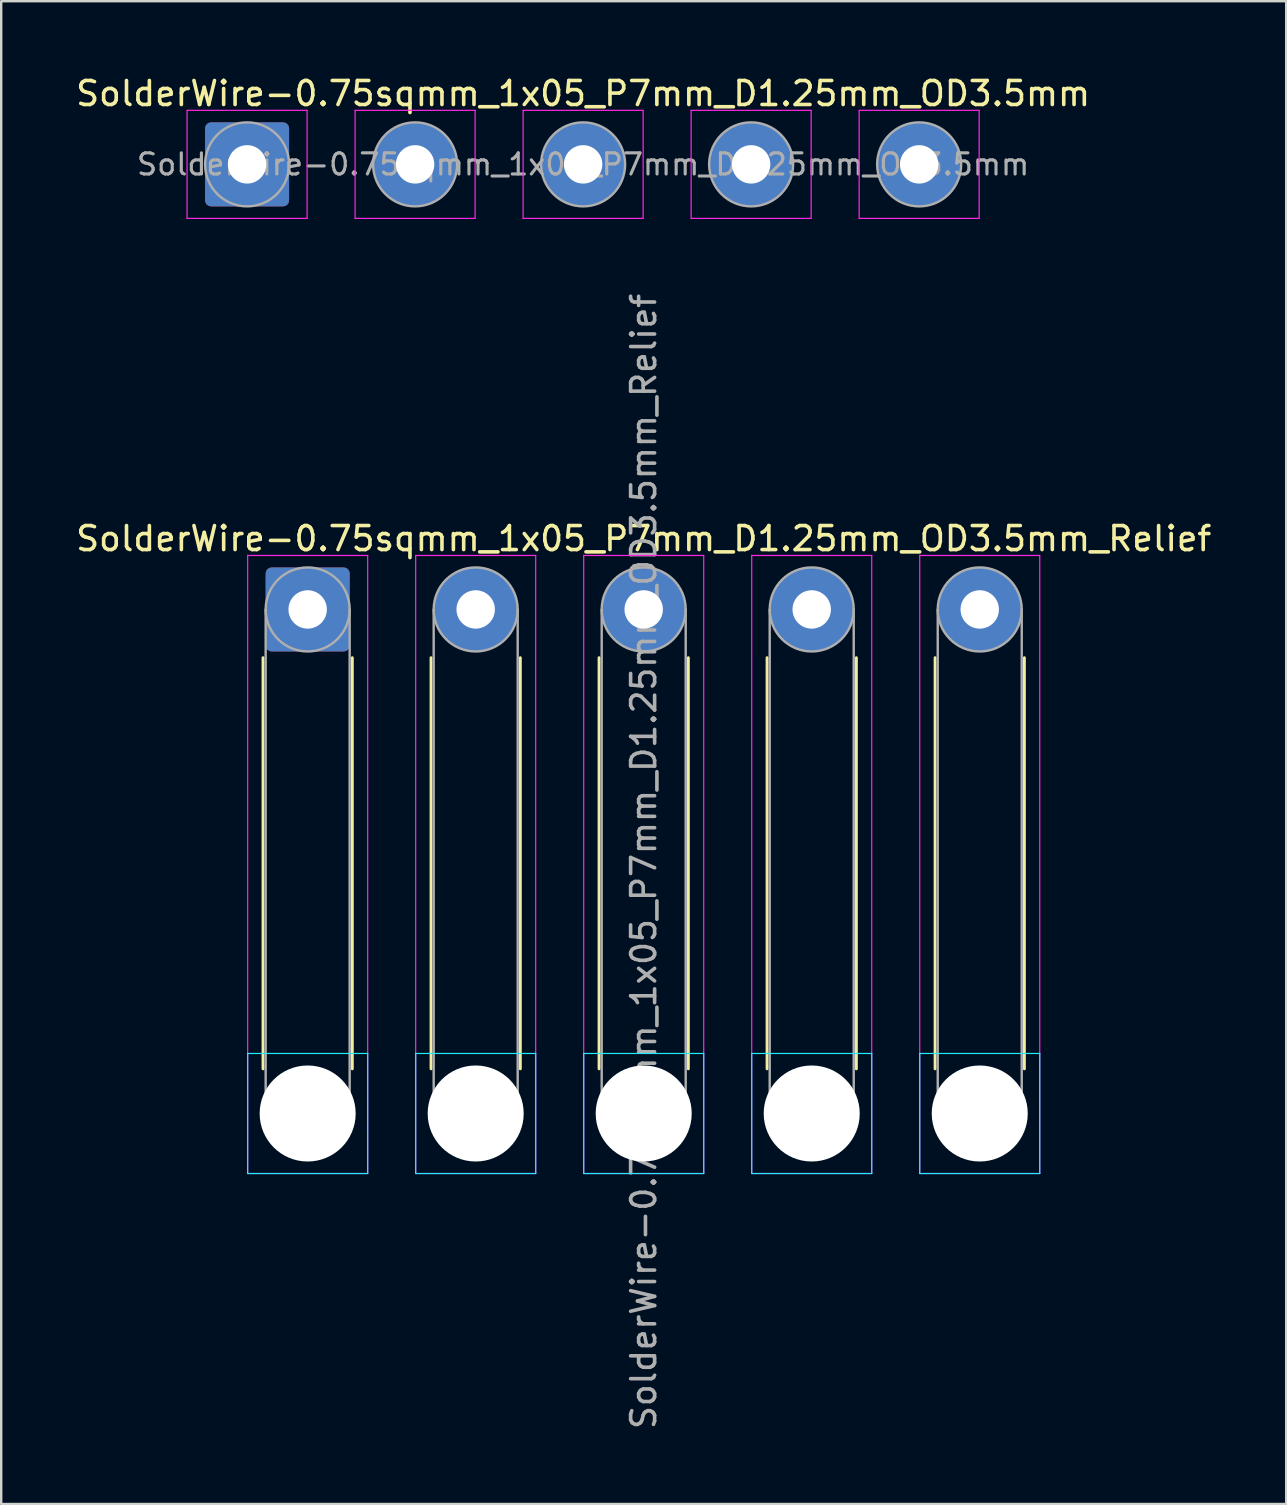
<source format=kicad_pcb>
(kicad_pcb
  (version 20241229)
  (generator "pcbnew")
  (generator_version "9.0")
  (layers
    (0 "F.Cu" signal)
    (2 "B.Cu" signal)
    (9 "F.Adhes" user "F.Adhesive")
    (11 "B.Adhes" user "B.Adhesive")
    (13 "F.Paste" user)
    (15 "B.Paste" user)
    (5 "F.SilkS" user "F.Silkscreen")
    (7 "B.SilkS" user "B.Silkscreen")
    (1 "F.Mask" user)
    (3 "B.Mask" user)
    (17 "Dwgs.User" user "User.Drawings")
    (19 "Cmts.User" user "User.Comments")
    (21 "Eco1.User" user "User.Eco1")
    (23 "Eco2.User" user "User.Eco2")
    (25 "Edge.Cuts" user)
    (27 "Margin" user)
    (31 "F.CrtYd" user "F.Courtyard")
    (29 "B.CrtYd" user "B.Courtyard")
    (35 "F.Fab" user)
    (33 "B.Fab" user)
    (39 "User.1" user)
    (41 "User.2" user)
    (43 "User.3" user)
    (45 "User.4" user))
  (footprint "SolderWire-0.75sqmm_1x05_P7mm_D1.25mm_OD3.5mm_Relief"
    (layer "F.Cu")
    (at 9.768 22.341)
    (property "Reference" "SolderWire-0.75sqmm_1x05_P7mm_D1.25mm_OD3.5mm_Relief" (at 14 -2.95 0) (layer "F.SilkS") (effects (font (size 1 1) (thickness 0.15))))
    (attr exclude_from_pos_files exclude_from_bom)
    (fp_line (start -1.86 2.01) (end -1.86 19.14) (stroke (width 0.12) (type solid)) (layer "F.SilkS"))
    (fp_line (start 1.86 2.01) (end 1.86 19.14) (stroke (width 0.12) (type solid)) (layer "F.SilkS"))
    (fp_line (start 5.14 2.01) (end 5.14 19.14) (stroke (width 0.12) (type solid)) (layer "F.SilkS"))
    (fp_line (start 8.86 2.01) (end 8.86 19.14) (stroke (width 0.12) (type solid)) (layer "F.SilkS"))
    (fp_line (start 12.14 2.01) (end 12.14 19.14) (stroke (width 0.12) (type solid)) (layer "F.SilkS"))
    (fp_line (start 15.86 2.01) (end 15.86 19.14) (stroke (width 0.12) (type solid)) (layer "F.SilkS"))
    (fp_line (start 19.14 2.01) (end 19.14 19.14) (stroke (width 0.12) (type solid)) (layer "F.SilkS"))
    (fp_line (start 22.86 2.01) (end 22.86 19.14) (stroke (width 0.12) (type solid)) (layer "F.SilkS"))
    (fp_line (start 26.14 2.01) (end 26.14 19.14) (stroke (width 0.12) (type solid)) (layer "F.SilkS"))
    (fp_line (start 29.86 2.01) (end 29.86 19.14) (stroke (width 0.12) (type solid)) (layer "F.SilkS"))
    (fp_line (start -2.5 18.5) (end -2.5 23.5) (stroke (width 0.05) (type solid)) (layer "B.CrtYd"))
    (fp_line (start -2.5 23.5) (end 2.5 23.5) (stroke (width 0.05) (type solid)) (layer "B.CrtYd"))
    (fp_line (start 2.5 18.5) (end -2.5 18.5) (stroke (width 0.05) (type solid)) (layer "B.CrtYd"))
    (fp_line (start 2.5 23.5) (end 2.5 18.5) (stroke (width 0.05) (type solid)) (layer "B.CrtYd"))
    (fp_line (start 4.5 18.5) (end 4.5 23.5) (stroke (width 0.05) (type solid)) (layer "B.CrtYd"))
    (fp_line (start 4.5 23.5) (end 9.5 23.5) (stroke (width 0.05) (type solid)) (layer "B.CrtYd"))
    (fp_line (start 9.5 18.5) (end 4.5 18.5) (stroke (width 0.05) (type solid)) (layer "B.CrtYd"))
    (fp_line (start 9.5 23.5) (end 9.5 18.5) (stroke (width 0.05) (type solid)) (layer "B.CrtYd"))
    (fp_line (start 11.5 18.5) (end 11.5 23.5) (stroke (width 0.05) (type solid)) (layer "B.CrtYd"))
    (fp_line (start 11.5 23.5) (end 16.5 23.5) (stroke (width 0.05) (type solid)) (layer "B.CrtYd"))
    (fp_line (start 16.5 18.5) (end 11.5 18.5) (stroke (width 0.05) (type solid)) (layer "B.CrtYd"))
    (fp_line (start 16.5 23.5) (end 16.5 18.5) (stroke (width 0.05) (type solid)) (layer "B.CrtYd"))
    (fp_line (start 18.5 18.5) (end 18.5 23.5) (stroke (width 0.05) (type solid)) (layer "B.CrtYd"))
    (fp_line (start 18.5 23.5) (end 23.5 23.5) (stroke (width 0.05) (type solid)) (layer "B.CrtYd"))
    (fp_line (start 23.5 18.5) (end 18.5 18.5) (stroke (width 0.05) (type solid)) (layer "B.CrtYd"))
    (fp_line (start 23.5 23.5) (end 23.5 18.5) (stroke (width 0.05) (type solid)) (layer "B.CrtYd"))
    (fp_line (start 25.5 18.5) (end 25.5 23.5) (stroke (width 0.05) (type solid)) (layer "B.CrtYd"))
    (fp_line (start 25.5 23.5) (end 30.5 23.5) (stroke (width 0.05) (type solid)) (layer "B.CrtYd"))
    (fp_line (start 30.5 18.5) (end 25.5 18.5) (stroke (width 0.05) (type solid)) (layer "B.CrtYd"))
    (fp_line (start 30.5 23.5) (end 30.5 18.5) (stroke (width 0.05) (type solid)) (layer "B.CrtYd"))
    (fp_line (start -2.5 -2.25) (end -2.5 23.5) (stroke (width 0.05) (type solid)) (layer "F.CrtYd"))
    (fp_line (start -2.5 23.5) (end 2.5 23.5) (stroke (width 0.05) (type solid)) (layer "F.CrtYd"))
    (fp_line (start 2.5 -2.25) (end -2.5 -2.25) (stroke (width 0.05) (type solid)) (layer "F.CrtYd"))
    (fp_line (start 2.5 23.5) (end 2.5 -2.25) (stroke (width 0.05) (type solid)) (layer "F.CrtYd"))
    (fp_line (start 4.5 -2.25) (end 4.5 23.5) (stroke (width 0.05) (type solid)) (layer "F.CrtYd"))
    (fp_line (start 4.5 23.5) (end 9.5 23.5) (stroke (width 0.05) (type solid)) (layer "F.CrtYd"))
    (fp_line (start 9.5 -2.25) (end 4.5 -2.25) (stroke (width 0.05) (type solid)) (layer "F.CrtYd"))
    (fp_line (start 9.5 23.5) (end 9.5 -2.25) (stroke (width 0.05) (type solid)) (layer "F.CrtYd"))
    (fp_line (start 11.5 -2.25) (end 11.5 23.5) (stroke (width 0.05) (type solid)) (layer "F.CrtYd"))
    (fp_line (start 11.5 23.5) (end 16.5 23.5) (stroke (width 0.05) (type solid)) (layer "F.CrtYd"))
    (fp_line (start 16.5 -2.25) (end 11.5 -2.25) (stroke (width 0.05) (type solid)) (layer "F.CrtYd"))
    (fp_line (start 16.5 23.5) (end 16.5 -2.25) (stroke (width 0.05) (type solid)) (layer "F.CrtYd"))
    (fp_line (start 18.5 -2.25) (end 18.5 23.5) (stroke (width 0.05) (type solid)) (layer "F.CrtYd"))
    (fp_line (start 18.5 23.5) (end 23.5 23.5) (stroke (width 0.05) (type solid)) (layer "F.CrtYd"))
    (fp_line (start 23.5 -2.25) (end 18.5 -2.25) (stroke (width 0.05) (type solid)) (layer "F.CrtYd"))
    (fp_line (start 23.5 23.5) (end 23.5 -2.25) (stroke (width 0.05) (type solid)) (layer "F.CrtYd"))
    (fp_line (start 25.5 -2.25) (end 25.5 23.5) (stroke (width 0.05) (type solid)) (layer "F.CrtYd"))
    (fp_line (start 25.5 23.5) (end 30.5 23.5) (stroke (width 0.05) (type solid)) (layer "F.CrtYd"))
    (fp_line (start 30.5 -2.25) (end 25.5 -2.25) (stroke (width 0.05) (type solid)) (layer "F.CrtYd"))
    (fp_line (start 30.5 23.5) (end 30.5 -2.25) (stroke (width 0.05) (type solid)) (layer "F.CrtYd"))
    (fp_line (start -1.75 0) (end -1.75 21) (stroke (width 0.1) (type solid)) (layer "F.Fab"))
    (fp_line (start 1.75 0) (end 1.75 21) (stroke (width 0.1) (type solid)) (layer "F.Fab"))
    (fp_line (start 5.25 0) (end 5.25 21) (stroke (width 0.1) (type solid)) (layer "F.Fab"))
    (fp_line (start 8.75 0) (end 8.75 21) (stroke (width 0.1) (type solid)) (layer "F.Fab"))
    (fp_line (start 12.25 0) (end 12.25 21) (stroke (width 0.1) (type solid)) (layer "F.Fab"))
    (fp_line (start 15.75 0) (end 15.75 21) (stroke (width 0.1) (type solid)) (layer "F.Fab"))
    (fp_line (start 19.25 0) (end 19.25 21) (stroke (width 0.1) (type solid)) (layer "F.Fab"))
    (fp_line (start 22.75 0) (end 22.75 21) (stroke (width 0.1) (type solid)) (layer "F.Fab"))
    (fp_line (start 26.25 0) (end 26.25 21) (stroke (width 0.1) (type solid)) (layer "F.Fab"))
    (fp_line (start 29.75 0) (end 29.75 21) (stroke (width 0.1) (type solid)) (layer "F.Fab"))
    (fp_circle (center 0 0) (end 1.75 0) (stroke (width 0.1) (type solid)) (fill no) (layer "F.Fab"))
    (fp_circle (center 0 21) (end 1.75 21) (stroke (width 0.1) (type solid)) (fill no) (layer "F.Fab"))
    (fp_circle (center 7 0) (end 8.75 0) (stroke (width 0.1) (type solid)) (fill no) (layer "F.Fab"))
    (fp_circle (center 7 21) (end 8.75 21) (stroke (width 0.1) (type solid)) (fill no) (layer "F.Fab"))
    (fp_circle (center 14 0) (end 15.75 0) (stroke (width 0.1) (type solid)) (fill no) (layer "F.Fab"))
    (fp_circle (center 14 21) (end 15.75 21) (stroke (width 0.1) (type solid)) (fill no) (layer "F.Fab"))
    (fp_circle (center 21 0) (end 22.75 0) (stroke (width 0.1) (type solid)) (fill no) (layer "F.Fab"))
    (fp_circle (center 21 21) (end 22.75 21) (stroke (width 0.1) (type solid)) (fill no) (layer "F.Fab"))
    (fp_circle (center 28 0) (end 29.75 0) (stroke (width 0.1) (type solid)) (fill no) (layer "F.Fab"))
    (fp_circle (center 28 21) (end 29.75 21) (stroke (width 0.1) (type solid)) (fill no) (layer "F.Fab"))
    (fp_text user "${REFERENCE}" (at 14 10.5 90) (layer "F.Fab") (effects (font (size 1 1) (thickness 0.15))))
    (pad "" np_thru_hole circle (at 0 21) (size 4 4) (drill 4) (layers "*.Cu" "*.Mask"))
    (pad "" np_thru_hole circle (at 7 21) (size 4 4) (drill 4) (layers "*.Cu" "*.Mask"))
    (pad "" np_thru_hole circle (at 14 21) (size 4 4) (drill 4) (layers "*.Cu" "*.Mask"))
    (pad "" np_thru_hole circle (at 21 21) (size 4 4) (drill 4) (layers "*.Cu" "*.Mask"))
    (pad "" np_thru_hole circle (at 28 21) (size 4 4) (drill 4) (layers "*.Cu" "*.Mask"))
    (pad "1" thru_hole roundrect (at 0 0) (size 3.5 3.5) (drill 1.6) (layers "*.Cu" "*.Mask") (roundrect_rratio 0.071))
    (pad "2" thru_hole circle (at 7 0) (size 3.5 3.5) (drill 1.6) (layers "*.Cu" "*.Mask"))
    (pad "3" thru_hole circle (at 14 0) (size 3.5 3.5) (drill 1.6) (layers "*.Cu" "*.Mask"))
    (pad "4" thru_hole circle (at 21 0) (size 3.5 3.5) (drill 1.6) (layers "*.Cu" "*.Mask"))
    (pad "5" thru_hole circle (at 28 0) (size 3.5 3.5) (drill 1.6) (layers "*.Cu" "*.Mask")))
  (footprint "SolderWire-0.75sqmm_1x05_P7mm_D1.25mm_OD3.5mm"
    (layer "F.Cu")
    (at 7.244 3.798)
    (property "Reference" "SolderWire-0.75sqmm_1x05_P7mm_D1.25mm_OD3.5mm" (at 14 -2.95 0) (layer "F.SilkS") (effects (font (size 1 1) (thickness 0.15))))
    (attr exclude_from_pos_files exclude_from_bom)
    (fp_line (start -2.5 -2.25) (end -2.5 2.25) (stroke (width 0.05) (type solid)) (layer "F.CrtYd"))
    (fp_line (start -2.5 2.25) (end 2.5 2.25) (stroke (width 0.05) (type solid)) (layer "F.CrtYd"))
    (fp_line (start 2.5 -2.25) (end -2.5 -2.25) (stroke (width 0.05) (type solid)) (layer "F.CrtYd"))
    (fp_line (start 2.5 2.25) (end 2.5 -2.25) (stroke (width 0.05) (type solid)) (layer "F.CrtYd"))
    (fp_line (start 4.5 -2.25) (end 4.5 2.25) (stroke (width 0.05) (type solid)) (layer "F.CrtYd"))
    (fp_line (start 4.5 2.25) (end 9.5 2.25) (stroke (width 0.05) (type solid)) (layer "F.CrtYd"))
    (fp_line (start 9.5 -2.25) (end 4.5 -2.25) (stroke (width 0.05) (type solid)) (layer "F.CrtYd"))
    (fp_line (start 9.5 2.25) (end 9.5 -2.25) (stroke (width 0.05) (type solid)) (layer "F.CrtYd"))
    (fp_line (start 11.5 -2.25) (end 11.5 2.25) (stroke (width 0.05) (type solid)) (layer "F.CrtYd"))
    (fp_line (start 11.5 2.25) (end 16.5 2.25) (stroke (width 0.05) (type solid)) (layer "F.CrtYd"))
    (fp_line (start 16.5 -2.25) (end 11.5 -2.25) (stroke (width 0.05) (type solid)) (layer "F.CrtYd"))
    (fp_line (start 16.5 2.25) (end 16.5 -2.25) (stroke (width 0.05) (type solid)) (layer "F.CrtYd"))
    (fp_line (start 18.5 -2.25) (end 18.5 2.25) (stroke (width 0.05) (type solid)) (layer "F.CrtYd"))
    (fp_line (start 18.5 2.25) (end 23.5 2.25) (stroke (width 0.05) (type solid)) (layer "F.CrtYd"))
    (fp_line (start 23.5 -2.25) (end 18.5 -2.25) (stroke (width 0.05) (type solid)) (layer "F.CrtYd"))
    (fp_line (start 23.5 2.25) (end 23.5 -2.25) (stroke (width 0.05) (type solid)) (layer "F.CrtYd"))
    (fp_line (start 25.5 -2.25) (end 25.5 2.25) (stroke (width 0.05) (type solid)) (layer "F.CrtYd"))
    (fp_line (start 25.5 2.25) (end 30.5 2.25) (stroke (width 0.05) (type solid)) (layer "F.CrtYd"))
    (fp_line (start 30.5 -2.25) (end 25.5 -2.25) (stroke (width 0.05) (type solid)) (layer "F.CrtYd"))
    (fp_line (start 30.5 2.25) (end 30.5 -2.25) (stroke (width 0.05) (type solid)) (layer "F.CrtYd"))
    (fp_circle (center 0 0) (end 1.75 0) (stroke (width 0.1) (type solid)) (fill no) (layer "F.Fab"))
    (fp_circle (center 7 0) (end 8.75 0) (stroke (width 0.1) (type solid)) (fill no) (layer "F.Fab"))
    (fp_circle (center 14 0) (end 15.75 0) (stroke (width 0.1) (type solid)) (fill no) (layer "F.Fab"))
    (fp_circle (center 21 0) (end 22.75 0) (stroke (width 0.1) (type solid)) (fill no) (layer "F.Fab"))
    (fp_circle (center 28 0) (end 29.75 0) (stroke (width 0.1) (type solid)) (fill no) (layer "F.Fab"))
    (fp_text user "${REFERENCE}" (at 14 0 0) (layer "F.Fab") (effects (font (size 0.88 0.88) (thickness 0.13))))
    (pad "1" thru_hole roundrect (at 0 0) (size 3.5 3.5) (drill 1.6) (layers "*.Cu" "*.Mask") (roundrect_rratio 0.071))
    (pad "2" thru_hole circle (at 7 0) (size 3.5 3.5) (drill 1.6) (layers "*.Cu" "*.Mask"))
    (pad "3" thru_hole circle (at 14 0) (size 3.5 3.5) (drill 1.6) (layers "*.Cu" "*.Mask"))
    (pad "4" thru_hole circle (at 21 0) (size 3.5 3.5) (drill 1.6) (layers "*.Cu" "*.Mask"))
    (pad "5" thru_hole circle (at 28 0) (size 3.5 3.5) (drill 1.6) (layers "*.Cu" "*.Mask")))
  (gr_rect
    (start -3 -3)
    (end 50.536 59.609)
    (stroke (width 0.1) (type default))
    (fill no)
    (layer "Edge.Cuts")))
</source>
